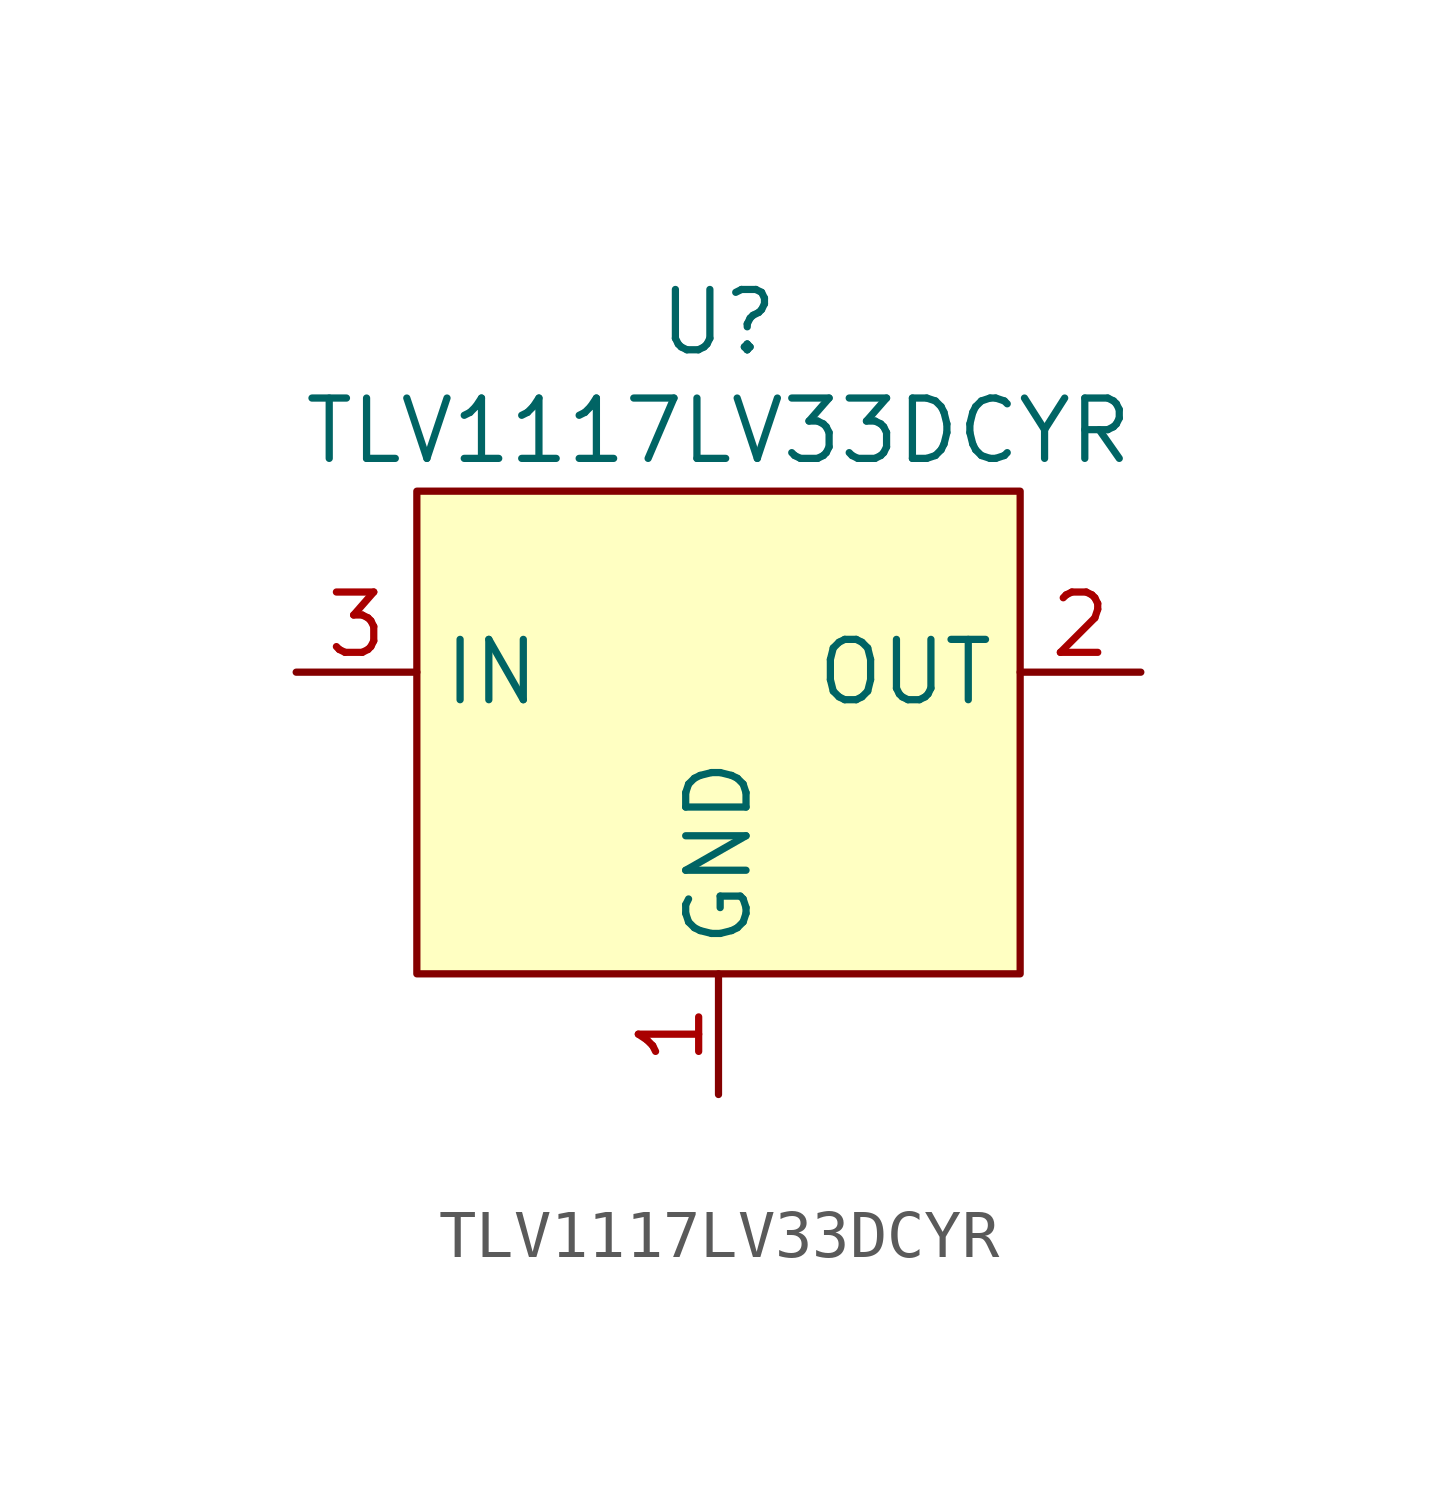
<source format=kicad_sym>
(kicad_symbol_lib
  (version 20241209)
  (generator "kicad_symbol_editor")
  (generator_version "9.0")
  (symbol "TLV1117LV33DCYR"
    (property "Reference" "U"
      (at 0 2.286 0)
      (effects (font (size 1.27 1.27))))
    (property "Value" "TLV1117LV33DCYR"
      (at 0 0 0)
      (effects (font (size 1.27 1.27))))
    (symbol "TLV1117LV33DCYR_1_1"
      (rectangle (start -6.35 -1.27) (end 6.35 -11.43) (stroke (width 0) (type solid)) (fill (type background)))
      (pin passive line (at -8.89 -5.08 0) (length 2.54) (name "IN" (effects (font (size 1.27 1.27)))) (number "3" (effects (font (size 1.27 1.27)))))
      (pin passive line (at 0 -13.97 90) (length 2.54) (name "GND" (effects (font (size 1.27 1.27)))) (number "1" (effects (font (size 1.27 1.27)))))
      (pin passive line (at 8.89 -5.08 180) (length 2.54) (name "OUT" (effects (font (size 1.27 1.27)))) (number "2" (effects (font (size 1.27 1.27))))))))
</source>
